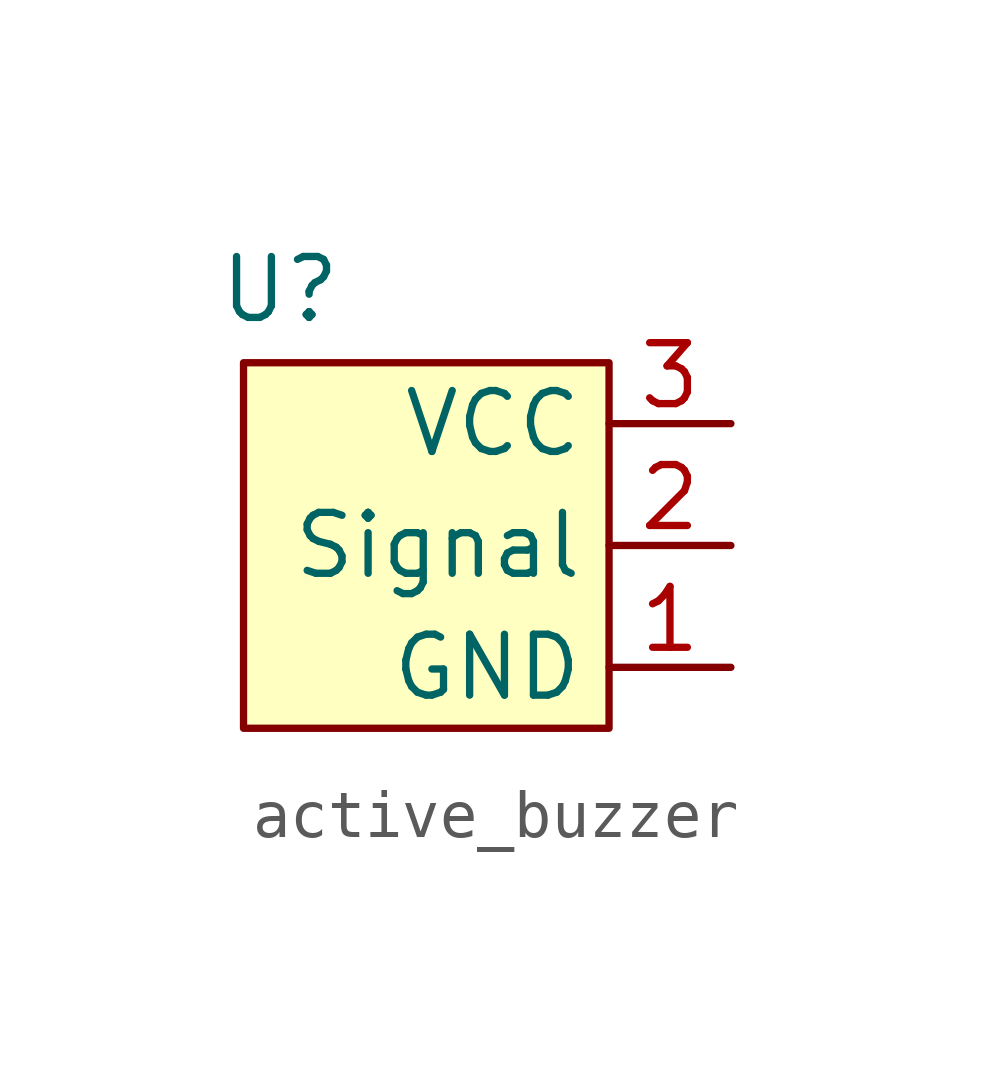
<source format=kicad_sym>
(kicad_symbol_lib
  (version 20231120)
  (generator "kicad_symbol_editor")
  (generator_version "8.0")
  (symbol "active_buzzer"
    (property "Reference" "U"
      (at -3.048 5.334 0)
      (effects (font (size 1.27 1.27))))
    (property "Value" ""
      (at 0 0 0)
      (effects (font (size 1.27 1.27))))
    (symbol "active_buzzer_1_1"
      (rectangle (start -3.81 3.81) (end 3.81 -3.81) (stroke (width 0) (type default)) (fill (type background)))
      (pin power_in line (at 6.35 -2.54 180) (length 2.54) (name "GND" (effects (font (size 1.27 1.27)))) (number "1" (effects (font (size 1.27 1.27)))))
      (pin input line (at 6.35 0 180) (length 2.54) (name "Signal" (effects (font (size 1.27 1.27)))) (number "2" (effects (font (size 1.27 1.27)))))
      (pin power_in line (at 6.35 2.54 180) (length 2.54) (name "VCC" (effects (font (size 1.27 1.27)))) (number "3" (effects (font (size 1.27 1.27))))))))
</source>
